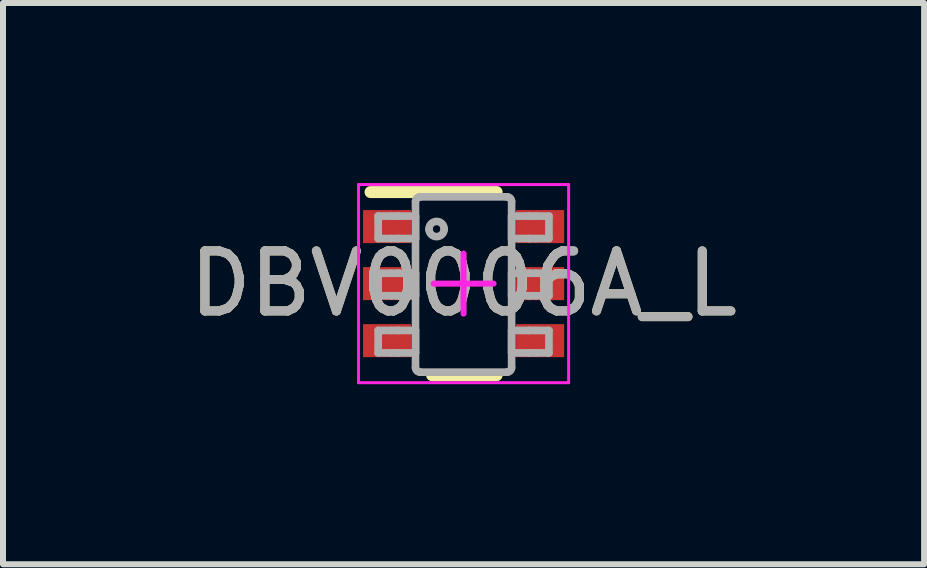
<source format=kicad_pcb>
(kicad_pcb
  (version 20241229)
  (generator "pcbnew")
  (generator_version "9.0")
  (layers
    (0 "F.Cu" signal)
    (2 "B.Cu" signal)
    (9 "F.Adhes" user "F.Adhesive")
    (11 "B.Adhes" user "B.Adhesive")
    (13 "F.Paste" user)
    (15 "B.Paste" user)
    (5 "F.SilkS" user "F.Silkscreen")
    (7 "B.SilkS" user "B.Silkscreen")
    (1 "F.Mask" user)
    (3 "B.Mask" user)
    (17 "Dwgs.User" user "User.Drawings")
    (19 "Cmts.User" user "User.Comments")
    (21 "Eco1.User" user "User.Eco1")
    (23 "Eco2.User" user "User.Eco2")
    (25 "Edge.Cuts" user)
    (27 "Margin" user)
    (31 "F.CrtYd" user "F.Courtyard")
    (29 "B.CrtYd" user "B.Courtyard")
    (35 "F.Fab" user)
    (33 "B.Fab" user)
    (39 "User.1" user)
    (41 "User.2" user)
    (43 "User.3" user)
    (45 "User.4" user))
  (footprint "DBV0006A_L"
    (layer "F.Cu")
    (at 4.673 1.675)
    (property "Reference" "DBV0006A_L" (at 0 0 0) (unlocked yes) (layer "F.SilkS") (effects (font (size 1 1) (thickness 0.15))))
    (attr smd)
    (fp_line (start -1.55 -1.525) (end 0.55 -1.525) (stroke (width 0.2) (type solid)) (layer "F.SilkS"))
    (fp_line (start -0.525 1.525) (end 0.55 1.525) (stroke (width 0.2) (type solid)) (layer "F.SilkS"))
    (fp_line (start -1.75 -1.65) (end 1.75 -1.65) (stroke (width 0.05) (type solid)) (layer "F.CrtYd"))
    (fp_line (start -1.75 1.65) (end -1.75 -1.65) (stroke (width 0.05) (type solid)) (layer "F.CrtYd"))
    (fp_line (start -1.75 1.65) (end 1.75 1.65) (stroke (width 0.05) (type solid)) (layer "F.CrtYd"))
    (fp_line (start -0.5 0) (end 0.5 0) (stroke (width 0.1) (type solid)) (layer "F.CrtYd"))
    (fp_line (start 0 0.5) (end 0 -0.5) (stroke (width 0.1) (type solid)) (layer "F.CrtYd"))
    (fp_line (start 1.75 1.65) (end 1.75 -1.65) (stroke (width 0.05) (type solid)) (layer "F.CrtYd"))
    (fp_line (start -1.423 -1.125) (end -1.206 -1.125) (stroke (width 0.127) (type solid)) (layer "F.Fab"))
    (fp_line (start -1.423 -0.751) (end -1.423 -1.125) (stroke (width 0.127) (type solid)) (layer "F.Fab"))
    (fp_line (start -1.423 -0.751) (end -1.206 -0.751) (stroke (width 0.127) (type solid)) (layer "F.Fab"))
    (fp_line (start -1.423 -0.173) (end -1.206 -0.173) (stroke (width 0.127) (type solid)) (layer "F.Fab"))
    (fp_line (start -1.423 0.202) (end -1.423 -0.173) (stroke (width 0.127) (type solid)) (layer "F.Fab"))
    (fp_line (start -1.423 0.202) (end -1.206 0.202) (stroke (width 0.127) (type solid)) (layer "F.Fab"))
    (fp_line (start -1.423 0.78) (end -1.206 0.78) (stroke (width 0.127) (type solid)) (layer "F.Fab"))
    (fp_line (start -1.423 1.154) (end -1.423 0.78) (stroke (width 0.127) (type solid)) (layer "F.Fab"))
    (fp_line (start -1.423 1.154) (end -1.206 1.154) (stroke (width 0.127) (type solid)) (layer "F.Fab"))
    (fp_line (start -1.206 -1.125) (end -1.113 -1.125) (stroke (width 0.127) (type solid)) (layer "F.Fab"))
    (fp_line (start -1.206 -0.751) (end -1.113 -0.751) (stroke (width 0.127) (type solid)) (layer "F.Fab"))
    (fp_line (start -1.206 -0.173) (end -1.113 -0.173) (stroke (width 0.127) (type solid)) (layer "F.Fab"))
    (fp_line (start -1.206 0.202) (end -1.113 0.202) (stroke (width 0.127) (type solid)) (layer "F.Fab"))
    (fp_line (start -1.206 0.78) (end -1.113 0.78) (stroke (width 0.127) (type solid)) (layer "F.Fab"))
    (fp_line (start -1.206 1.154) (end -1.113 1.154) (stroke (width 0.127) (type solid)) (layer "F.Fab"))
    (fp_line (start -1.113 -1.125) (end -1.081 -1.125) (stroke (width 0.127) (type solid)) (layer "F.Fab"))
    (fp_line (start -1.113 -0.751) (end -1.081 -0.751) (stroke (width 0.127) (type solid)) (layer "F.Fab"))
    (fp_line (start -1.113 -0.173) (end -1.081 -0.173) (stroke (width 0.127) (type solid)) (layer "F.Fab"))
    (fp_line (start -1.113 0.202) (end -1.081 0.202) (stroke (width 0.127) (type solid)) (layer "F.Fab"))
    (fp_line (start -1.113 0.78) (end -1.081 0.78) (stroke (width 0.127) (type solid)) (layer "F.Fab"))
    (fp_line (start -1.113 1.154) (end -1.081 1.154) (stroke (width 0.127) (type solid)) (layer "F.Fab"))
    (fp_line (start -1.081 -1.125) (end -0.828 -1.125) (stroke (width 0.127) (type solid)) (layer "F.Fab"))
    (fp_line (start -1.081 -0.751) (end -0.828 -0.751) (stroke (width 0.127) (type solid)) (layer "F.Fab"))
    (fp_line (start -1.081 -0.173) (end -0.828 -0.173) (stroke (width 0.127) (type solid)) (layer "F.Fab"))
    (fp_line (start -1.081 0.202) (end -0.828 0.202) (stroke (width 0.127) (type solid)) (layer "F.Fab"))
    (fp_line (start -1.081 0.78) (end -0.828 0.78) (stroke (width 0.127) (type solid)) (layer "F.Fab"))
    (fp_line (start -1.081 1.154) (end -0.828 1.154) (stroke (width 0.127) (type solid)) (layer "F.Fab"))
    (fp_line (start -0.828 -1.125) (end -0.801 -1.125) (stroke (width 0.127) (type solid)) (layer "F.Fab"))
    (fp_line (start -0.828 -0.751) (end -0.801 -0.751) (stroke (width 0.127) (type solid)) (layer "F.Fab"))
    (fp_line (start -0.828 -0.173) (end -0.801 -0.173) (stroke (width 0.127) (type solid)) (layer "F.Fab"))
    (fp_line (start -0.828 0.202) (end -0.801 0.202) (stroke (width 0.127) (type solid)) (layer "F.Fab"))
    (fp_line (start -0.828 0.78) (end -0.801 0.78) (stroke (width 0.127) (type solid)) (layer "F.Fab"))
    (fp_line (start -0.828 1.154) (end -0.801 1.154) (stroke (width 0.127) (type solid)) (layer "F.Fab"))
    (fp_line (start -0.801 -0.751) (end -0.801 -1.125) (stroke (width 0.127) (type solid)) (layer "F.Fab"))
    (fp_line (start -0.801 0.202) (end -0.801 -0.173) (stroke (width 0.127) (type solid)) (layer "F.Fab"))
    (fp_line (start -0.801 1.154) (end -0.801 0.78) (stroke (width 0.127) (type solid)) (layer "F.Fab"))
    (fp_line (start -0.801 1.399) (end -0.801 -1.37) (stroke (width 0.127) (type solid)) (layer "F.Fab"))
    (fp_line (start -0.725 -1.446) (end -0.724 -1.446) (stroke (width 0.127) (type solid)) (layer "F.Fab"))
    (fp_line (start -0.725 1.475) (end -0.724 1.475) (stroke (width 0.127) (type solid)) (layer "F.Fab"))
    (fp_line (start -0.724 -1.446) (end 0.723 -1.446) (stroke (width 0.127) (type solid)) (layer "F.Fab"))
    (fp_line (start -0.724 1.475) (end 0.723 1.475) (stroke (width 0.127) (type solid)) (layer "F.Fab"))
    (fp_line (start 0.723 -1.446) (end 0.724 -1.446) (stroke (width 0.127) (type solid)) (layer "F.Fab"))
    (fp_line (start 0.723 1.475) (end 0.724 1.475) (stroke (width 0.127) (type solid)) (layer "F.Fab"))
    (fp_line (start 0.8 -1.125) (end 0.827 -1.125) (stroke (width 0.127) (type solid)) (layer "F.Fab"))
    (fp_line (start 0.8 -0.751) (end 0.8 -1.125) (stroke (width 0.127) (type solid)) (layer "F.Fab"))
    (fp_line (start 0.8 -0.751) (end 0.827 -0.751) (stroke (width 0.127) (type solid)) (layer "F.Fab"))
    (fp_line (start 0.8 -0.173) (end 0.827 -0.173) (stroke (width 0.127) (type solid)) (layer "F.Fab"))
    (fp_line (start 0.8 0.202) (end 0.8 -0.173) (stroke (width 0.127) (type solid)) (layer "F.Fab"))
    (fp_line (start 0.8 0.202) (end 0.827 0.202) (stroke (width 0.127) (type solid)) (layer "F.Fab"))
    (fp_line (start 0.8 0.78) (end 0.827 0.78) (stroke (width 0.127) (type solid)) (layer "F.Fab"))
    (fp_line (start 0.8 1.154) (end 0.8 0.78) (stroke (width 0.127) (type solid)) (layer "F.Fab"))
    (fp_line (start 0.8 1.154) (end 0.827 1.154) (stroke (width 0.127) (type solid)) (layer "F.Fab"))
    (fp_line (start 0.8 1.399) (end 0.8 -1.37) (stroke (width 0.127) (type solid)) (layer "F.Fab"))
    (fp_line (start 0.827 -1.125) (end 1.08 -1.125) (stroke (width 0.127) (type solid)) (layer "F.Fab"))
    (fp_line (start 0.827 -0.751) (end 1.08 -0.751) (stroke (width 0.127) (type solid)) (layer "F.Fab"))
    (fp_line (start 0.827 -0.173) (end 1.08 -0.173) (stroke (width 0.127) (type solid)) (layer "F.Fab"))
    (fp_line (start 0.827 0.202) (end 1.08 0.202) (stroke (width 0.127) (type solid)) (layer "F.Fab"))
    (fp_line (start 0.827 0.78) (end 1.08 0.78) (stroke (width 0.127) (type solid)) (layer "F.Fab"))
    (fp_line (start 0.827 1.154) (end 1.08 1.154) (stroke (width 0.127) (type solid)) (layer "F.Fab"))
    (fp_line (start 1.08 -1.125) (end 1.112 -1.125) (stroke (width 0.127) (type solid)) (layer "F.Fab"))
    (fp_line (start 1.08 -0.751) (end 1.112 -0.751) (stroke (width 0.127) (type solid)) (layer "F.Fab"))
    (fp_line (start 1.08 -0.173) (end 1.112 -0.173) (stroke (width 0.127) (type solid)) (layer "F.Fab"))
    (fp_line (start 1.08 0.202) (end 1.112 0.202) (stroke (width 0.127) (type solid)) (layer "F.Fab"))
    (fp_line (start 1.08 0.78) (end 1.112 0.78) (stroke (width 0.127) (type solid)) (layer "F.Fab"))
    (fp_line (start 1.08 1.154) (end 1.112 1.154) (stroke (width 0.127) (type solid)) (layer "F.Fab"))
    (fp_line (start 1.112 -1.125) (end 1.205 -1.125) (stroke (width 0.127) (type solid)) (layer "F.Fab"))
    (fp_line (start 1.112 -0.751) (end 1.205 -0.751) (stroke (width 0.127) (type solid)) (layer "F.Fab"))
    (fp_line (start 1.112 -0.173) (end 1.205 -0.173) (stroke (width 0.127) (type solid)) (layer "F.Fab"))
    (fp_line (start 1.112 0.202) (end 1.205 0.202) (stroke (width 0.127) (type solid)) (layer "F.Fab"))
    (fp_line (start 1.112 0.78) (end 1.205 0.78) (stroke (width 0.127) (type solid)) (layer "F.Fab"))
    (fp_line (start 1.112 1.154) (end 1.205 1.154) (stroke (width 0.127) (type solid)) (layer "F.Fab"))
    (fp_line (start 1.205 -1.125) (end 1.422 -1.125) (stroke (width 0.127) (type solid)) (layer "F.Fab"))
    (fp_line (start 1.205 -0.751) (end 1.422 -0.751) (stroke (width 0.127) (type solid)) (layer "F.Fab"))
    (fp_line (start 1.205 -0.173) (end 1.422 -0.173) (stroke (width 0.127) (type solid)) (layer "F.Fab"))
    (fp_line (start 1.205 0.202) (end 1.422 0.202) (stroke (width 0.127) (type solid)) (layer "F.Fab"))
    (fp_line (start 1.205 0.78) (end 1.422 0.78) (stroke (width 0.127) (type solid)) (layer "F.Fab"))
    (fp_line (start 1.205 1.154) (end 1.422 1.154) (stroke (width 0.127) (type solid)) (layer "F.Fab"))
    (fp_line (start 1.422 -0.751) (end 1.422 -1.125) (stroke (width 0.127) (type solid)) (layer "F.Fab"))
    (fp_line (start 1.422 0.202) (end 1.422 -0.173) (stroke (width 0.127) (type solid)) (layer "F.Fab"))
    (fp_line (start 1.422 1.154) (end 1.422 0.78) (stroke (width 0.127) (type solid)) (layer "F.Fab"))
    (fp_arc (start -0.800692 -1.369901) (mid -0.778512 -1.423533) (end -0.724999 -1.446) (stroke (width 0.127) (type solid)) (layer "F.Fab"))
    (fp_arc (start -0.724999 1.475002) (mid -0.778507 1.452548) (end -0.800692 1.398928) (stroke (width 0.127) (type solid)) (layer "F.Fab"))
    (fp_arc (start -0.576537 -0.906071) (mid -0.449562 -1.033046) (end -0.322588 -0.906071) (stroke (width 0.127) (type solid)) (layer "F.Fab"))
    (fp_arc (start -0.322588 -0.906071) (mid -0.449562 -0.779097) (end -0.576537 -0.906071) (stroke (width 0.127) (type solid)) (layer "F.Fab"))
    (fp_arc (start 0.723841 -1.446) (mid 0.777341 -1.423528) (end 0.799508 -1.369901) (stroke (width 0.127) (type solid)) (layer "F.Fab"))
    (fp_arc (start 0.799508 1.398928) (mid 0.777336 1.452543) (end 0.723841 1.475002) (stroke (width 0.127) (type solid)) (layer "F.Fab"))
    (fp_text user "${REFERENCE}" (at 0 0 0) (unlocked yes) (layer "F.Fab") (effects (font (size 1 1) (thickness 0.15))))
    (pad "1" smd rect (at -1.275 -0.95 90) (size 0.55 0.8) (layers "F.Cu" "F.Mask" "F.Paste"))
    (pad "2" smd rect (at -1.275 0 90) (size 0.55 0.8) (layers "F.Cu" "F.Mask" "F.Paste"))
    (pad "3" smd rect (at -1.275 0.95 90) (size 0.55 0.8) (layers "F.Cu" "F.Mask" "F.Paste"))
    (pad "4" smd rect (at 1.275 0.95 90) (size 0.55 0.8) (layers "F.Cu" "F.Mask" "F.Paste"))
    (pad "5" smd rect (at 1.275 0 90) (size 0.55 0.8) (layers "F.Cu" "F.Mask" "F.Paste"))
    (pad "6" smd rect (at 1.275 -0.95 90) (size 0.55 0.8) (layers "F.Cu" "F.Mask" "F.Paste")))
  (gr_rect
    (start -3 -3)
    (end 12.345 6.35)
    (stroke (width 0.1) (type default))
    (fill no)
    (layer "Edge.Cuts")))
</source>
